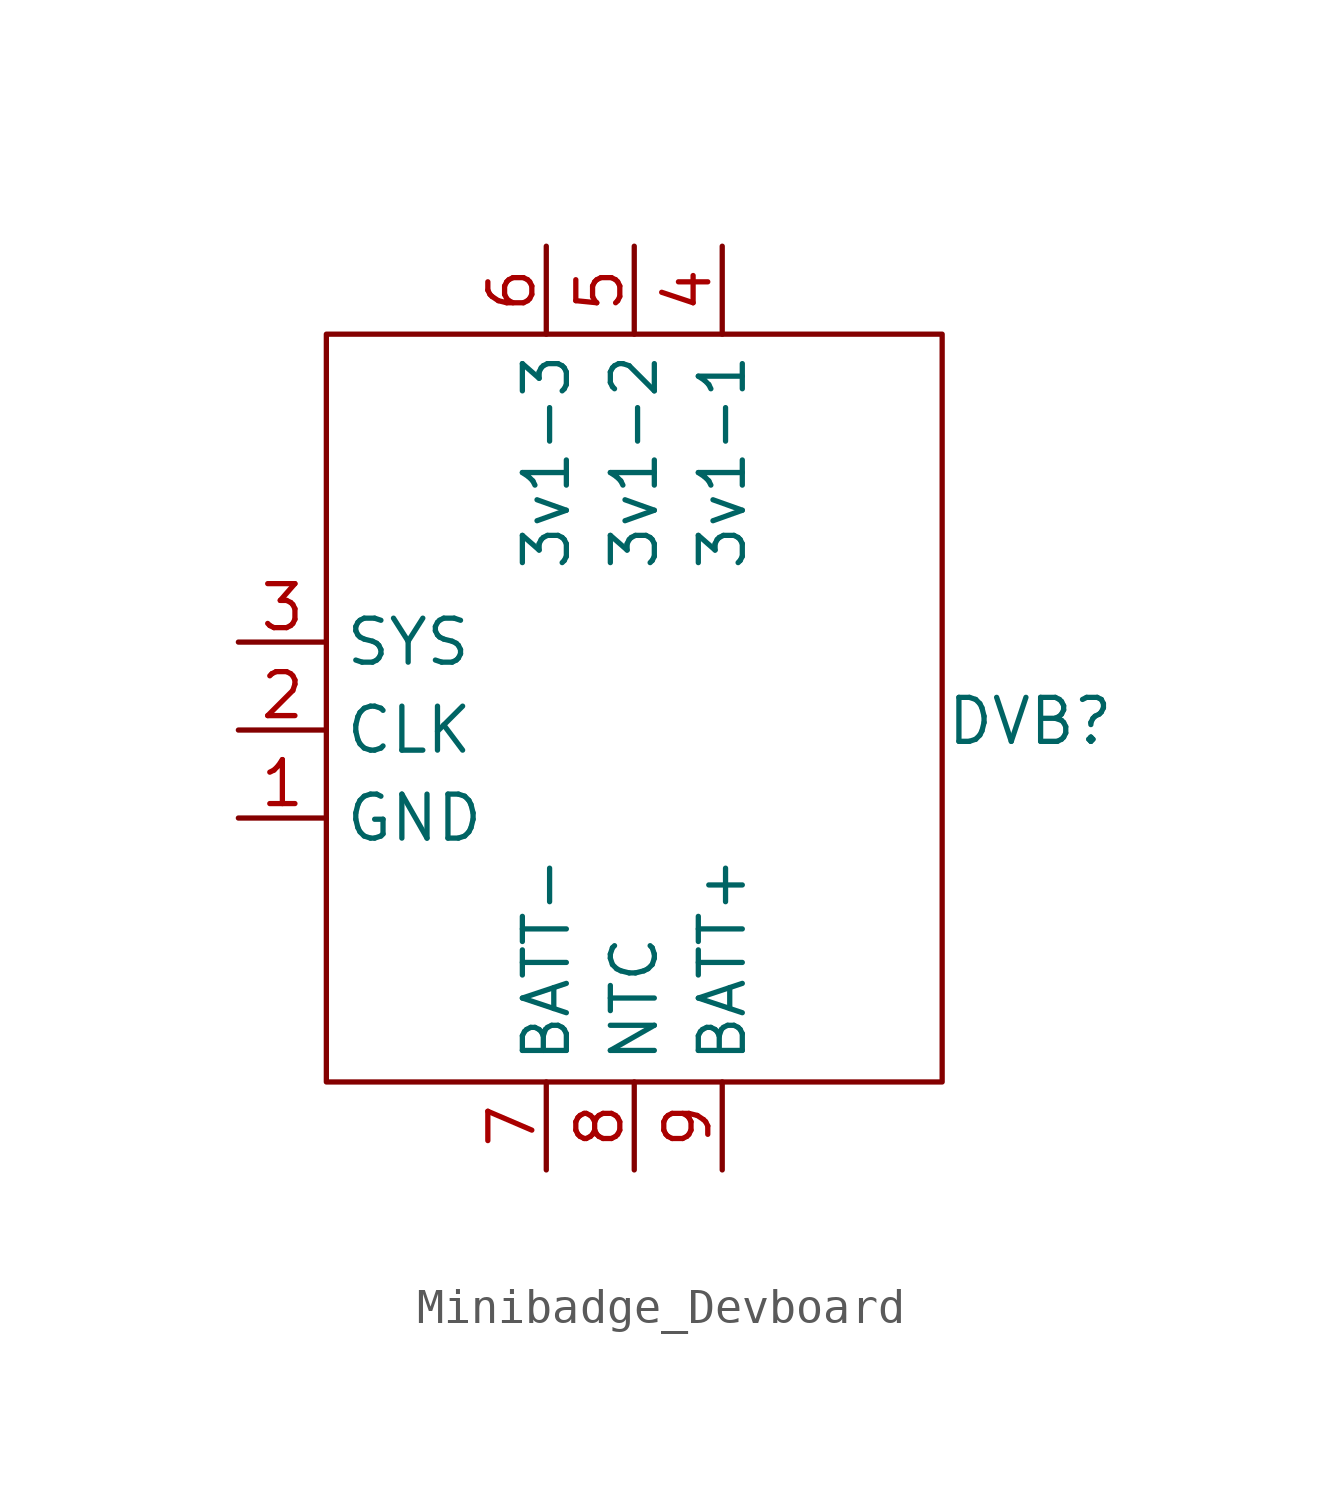
<source format=kicad_sym>
(kicad_symbol_lib
  (version 20241209)
  (generator "kicad_symbol_editor")
  (generator_version "9.0")
  (symbol "Minibadge_Devboard"
    (property "Reference" "DVB"
      (at 11.43 -9.906 0)
      (effects (font (size 1.27 1.27))))
    (property "Value" ""
      (at 0 0 0)
      (effects (font (size 1.27 1.27))))
    (symbol "Minibadge_Devboard_0_1"
      (rectangle (start -8.89 1.27) (end 8.89 -20.32) (stroke (width 0) (type default)) (fill (type none))))
    (symbol "Minibadge_Devboard_1_1"
      (pin power_out line (at -11.43 -7.62 0) (length 2.54) (name "SYS" (effects (font (size 1.27 1.27)))) (number "3" (effects (font (size 1.27 1.27)))))
      (pin bidirectional line (at -11.43 -10.16 0) (length 2.54) (name "CLK" (effects (font (size 1.27 1.27)))) (number "2" (effects (font (size 1.27 1.27)))))
      (pin power_in line (at -11.43 -12.7 0) (length 2.54) (name "GND" (effects (font (size 1.27 1.27)))) (number "1" (effects (font (size 1.27 1.27)))))
      (pin power_out line (at -2.54 3.81 270) (length 2.54) (name "3v1-3" (effects (font (size 1.27 1.27)))) (number "6" (effects (font (size 1.27 1.27)))))
      (pin power_in line (at -2.54 -22.86 90) (length 2.54) (name "BATT-" (effects (font (size 1.27 1.27)))) (number "7" (effects (font (size 1.27 1.27)))))
      (pin power_out line (at 0 3.81 270) (length 2.54) (name "3v1-2" (effects (font (size 1.27 1.27)))) (number "5" (effects (font (size 1.27 1.27)))))
      (pin passive line (at 0 -22.86 90) (length 2.54) (name "NTC" (effects (font (size 1.27 1.27)))) (number "8" (effects (font (size 1.27 1.27)))))
      (pin power_out line (at 2.54 3.81 270) (length 2.54) (name "3v1-1" (effects (font (size 1.27 1.27)))) (number "4" (effects (font (size 1.27 1.27)))))
      (pin power_in line (at 2.54 -22.86 90) (length 2.54) (name "BATT+" (effects (font (size 1.27 1.27)))) (number "9" (effects (font (size 1.27 1.27))))))))
</source>
